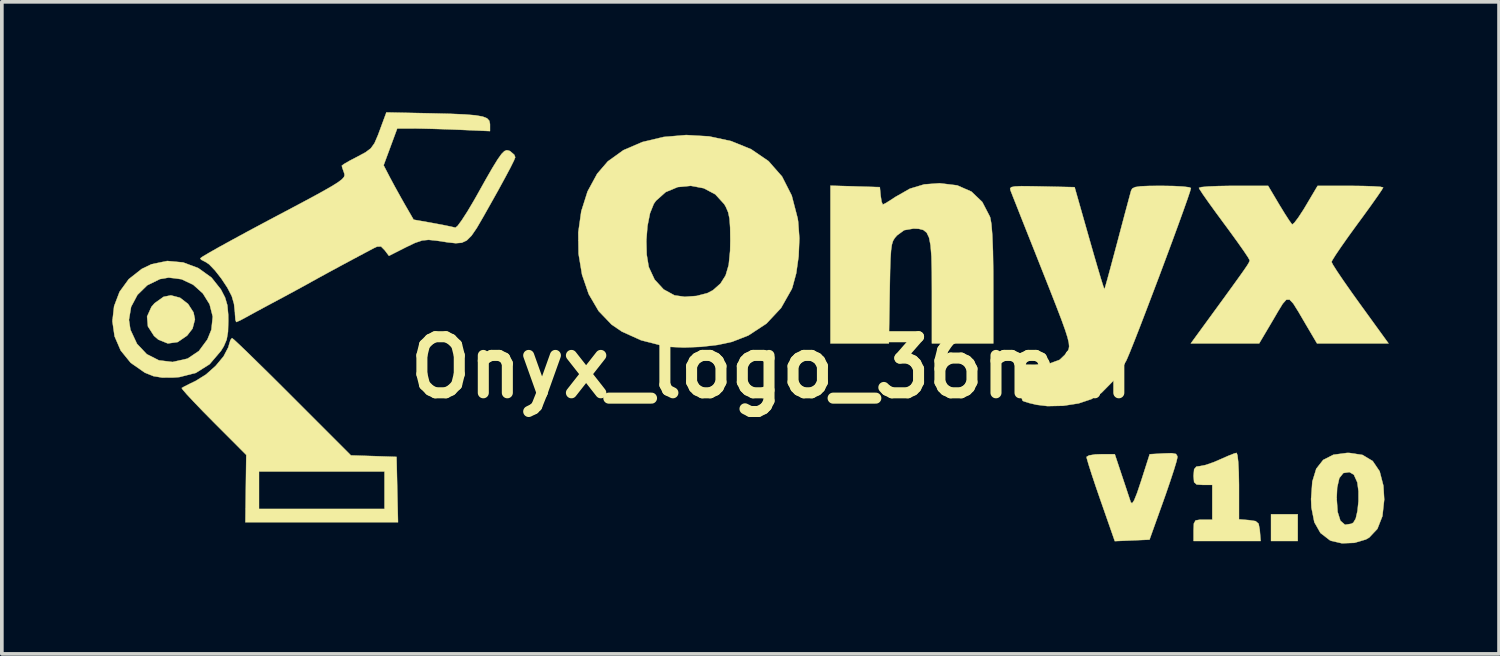
<source format=kicad_pcb>
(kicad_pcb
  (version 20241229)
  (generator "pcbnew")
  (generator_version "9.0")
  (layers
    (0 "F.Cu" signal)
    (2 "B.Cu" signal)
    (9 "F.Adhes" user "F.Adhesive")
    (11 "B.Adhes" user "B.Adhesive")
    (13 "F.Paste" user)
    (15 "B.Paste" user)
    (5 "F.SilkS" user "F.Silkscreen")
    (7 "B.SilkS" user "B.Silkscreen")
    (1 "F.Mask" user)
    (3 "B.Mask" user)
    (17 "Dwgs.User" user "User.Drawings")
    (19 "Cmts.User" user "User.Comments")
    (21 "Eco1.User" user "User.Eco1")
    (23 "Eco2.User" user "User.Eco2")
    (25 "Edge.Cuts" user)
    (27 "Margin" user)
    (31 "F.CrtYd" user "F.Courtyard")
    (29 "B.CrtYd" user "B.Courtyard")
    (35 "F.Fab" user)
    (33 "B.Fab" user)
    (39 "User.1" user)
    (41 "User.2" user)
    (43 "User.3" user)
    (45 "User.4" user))
  (footprint "Onyx_logo_36mm"
    (layer "F.Cu")
    (at 17.923 6.936)
    (property "Reference" "Onyx_logo_36mm" (at 0 0 0) (layer "F.SilkS") (effects (font (size 1.524 1.524) (thickness 0.3))))
    (attr through_hole)
    (fp_poly (pts (xy 14.297 4.717) (xy 13.571 4.717) (xy 13.571 3.991) (xy 14.297 3.991) (xy 14.297 4.717)) (stroke (width 0.01) (type solid)) (fill yes) (layer "F.SilkS"))
    (fp_poly (pts (xy -16.08 -1.894) (xy -15.862 -1.726) (xy -15.714 -1.496) (xy -15.675 -1.306) (xy -15.74 -1.056) (xy -15.888 -0.865) (xy -16.145 -0.689) (xy -16.412 -0.652) (xy -16.67 -0.756) (xy -16.787 -0.857) (xy -16.953 -1.115) (xy -16.976 -1.383) (xy -16.857 -1.647) (xy -16.77 -1.747) (xy -16.528 -1.919) (xy -16.329 -1.959) (xy -16.08 -1.894)) (stroke (width 0.01) (type solid)) (fill yes) (layer "F.SilkS"))
    (fp_poly (pts (xy 10.988 2.352) (xy 11.025 2.411) (xy 11.026 2.445) (xy 11.001 2.557) (xy 10.934 2.778) (xy 10.835 3.08) (xy 10.713 3.437) (xy 10.645 3.629) (xy 10.268 4.681) (xy 9.797 4.701) (xy 9.325 4.721) (xy 8.938 3.613) (xy 8.807 3.234) (xy 8.696 2.901) (xy 8.613 2.64) (xy 8.565 2.475) (xy 8.557 2.431) (xy 8.626 2.391) (xy 8.797 2.364) (xy 8.944 2.359) (xy 9.325 2.359) (xy 9.518 2.939) (xy 9.614 3.226) (xy 9.696 3.474) (xy 9.751 3.639) (xy 9.76 3.665) (xy 9.795 3.693) (xy 9.85 3.613) (xy 9.931 3.412) (xy 10.041 3.084) (xy 10.273 2.359) (xy 10.652 2.337) (xy 10.875 2.33) (xy 10.988 2.352)) (stroke (width 0.01) (type solid)) (fill yes) (layer "F.SilkS"))
    (fp_poly (pts (xy 12.659 2.39) (xy 12.68 2.576) (xy 12.694 2.851) (xy 12.7 3.189) (xy 12.7 3.225) (xy 12.7 4.128) (xy 12.972 4.15) (xy 13.152 4.177) (xy 13.233 4.247) (xy 13.264 4.408) (xy 13.267 4.445) (xy 13.289 4.717) (xy 11.466 4.717) (xy 11.466 4.427) (xy 11.474 4.241) (xy 11.521 4.158) (xy 11.645 4.137) (xy 11.72 4.137) (xy 11.974 4.137) (xy 11.974 3.193) (xy 11.72 3.193) (xy 11.55 3.182) (xy 11.48 3.119) (xy 11.466 2.958) (xy 11.466 2.939) (xy 11.481 2.766) (xy 11.543 2.695) (xy 11.63 2.684) (xy 11.784 2.654) (xy 12.009 2.577) (xy 12.181 2.503) (xy 12.401 2.406) (xy 12.568 2.34) (xy 12.635 2.322) (xy 12.659 2.39)) (stroke (width 0.01) (type solid)) (fill yes) (layer "F.SilkS"))
    (fp_poly (pts (xy -14.607 -0.749) (xy -14.457 -0.609) (xy -14.23 -0.391) (xy -13.939 -0.106) (xy -13.596 0.231) (xy -13.215 0.61) (xy -13.029 0.796) (xy -11.436 2.39) (xy -10.816 2.41) (xy -10.196 2.431) (xy -10.176 3.32) (xy -10.156 4.209) (xy -14.304 4.209) (xy -14.292 3.293) (xy -14.286 2.83) (xy -13.934 2.83) (xy -13.934 3.846) (xy -10.523 3.846) (xy -10.523 2.83) (xy -13.934 2.83) (xy -14.286 2.83) (xy -14.28 2.377) (xy -15.174 1.481) (xy -15.462 1.189) (xy -15.707 0.934) (xy -15.895 0.733) (xy -16.008 0.602) (xy -16.035 0.559) (xy -15.956 0.515) (xy -15.789 0.431) (xy -15.657 0.368) (xy -15.377 0.194) (xy -15.111 -0.043) (xy -14.896 -0.302) (xy -14.768 -0.547) (xy -14.754 -0.599) (xy -14.711 -0.743) (xy -14.668 -0.798) (xy -14.607 -0.749)) (stroke (width 0.01) (type solid)) (fill yes) (layer "F.SilkS"))
    (fp_poly (pts (xy 16.057 2.378) (xy 16.334 2.544) (xy 16.523 2.823) (xy 16.625 3.217) (xy 16.647 3.592) (xy 16.598 4.041) (xy 16.462 4.387) (xy 16.241 4.622) (xy 16.149 4.675) (xy 15.837 4.767) (xy 15.499 4.78) (xy 15.203 4.712) (xy 15.17 4.697) (xy 14.914 4.499) (xy 14.748 4.207) (xy 14.669 3.808) (xy 14.659 3.574) (xy 14.661 3.556) (xy 15.355 3.556) (xy 15.381 3.927) (xy 15.457 4.168) (xy 15.582 4.276) (xy 15.754 4.249) (xy 15.807 4.219) (xy 15.873 4.108) (xy 15.921 3.898) (xy 15.948 3.635) (xy 15.948 3.365) (xy 15.918 3.133) (xy 15.915 3.121) (xy 15.822 2.915) (xy 15.701 2.845) (xy 15.536 2.87) (xy 15.427 3.007) (xy 15.368 3.266) (xy 15.355 3.556) (xy 14.661 3.556) (xy 14.693 3.104) (xy 14.8 2.754) (xy 14.988 2.514) (xy 15.266 2.373) (xy 15.641 2.323) (xy 15.691 2.323) (xy 16.057 2.378)) (stroke (width 0.01) (type solid)) (fill yes) (layer "F.SilkS"))
    (fp_poly (pts (xy 5.043 -4.948) (xy 5.428 -4.779) (xy 5.723 -4.497) (xy 5.929 -4.101) (xy 5.94 -4.071) (xy 5.971 -3.899) (xy 5.996 -3.592) (xy 6.013 -3.162) (xy 6.022 -2.619) (xy 6.023 -2.239) (xy 6.023 -0.653) (xy 4.354 -0.653) (xy 4.354 -2.052) (xy 4.352 -2.596) (xy 4.342 -3.012) (xy 4.318 -3.317) (xy 4.277 -3.528) (xy 4.213 -3.662) (xy 4.121 -3.736) (xy 3.997 -3.768) (xy 3.855 -3.774) (xy 3.6 -3.73) (xy 3.405 -3.587) (xy 3.344 -3.516) (xy 3.298 -3.44) (xy 3.266 -3.336) (xy 3.244 -3.181) (xy 3.229 -2.955) (xy 3.218 -2.635) (xy 3.21 -2.199) (xy 3.207 -2.026) (xy 3.184 -0.653) (xy 1.597 -0.653) (xy 1.597 -4.94) (xy 2.939 -4.899) (xy 2.962 -4.663) (xy 2.987 -4.502) (xy 3.019 -4.428) (xy 3.021 -4.427) (xy 3.097 -4.464) (xy 3.251 -4.56) (xy 3.361 -4.633) (xy 3.756 -4.858) (xy 4.146 -4.975) (xy 4.565 -5.006) (xy 5.043 -4.948)) (stroke (width 0.01) (type solid)) (fill yes) (layer "F.SilkS"))
    (fp_poly (pts (xy -15.997 -2.854) (xy -15.584 -2.7) (xy -15.225 -2.442) (xy -14.97 -2.121) (xy -14.856 -1.9) (xy -14.794 -1.69) (xy -14.77 -1.429) (xy -14.768 -1.265) (xy -14.777 -0.967) (xy -14.813 -0.756) (xy -14.89 -0.576) (xy -14.968 -0.449) (xy -15.277 -0.087) (xy -15.648 0.147) (xy -16.096 0.262) (xy -16.248 0.274) (xy -16.564 0.276) (xy -16.802 0.237) (xy -17.028 0.146) (xy -17.038 0.141) (xy -17.42 -0.125) (xy -17.693 -0.461) (xy -17.859 -0.845) (xy -17.918 -1.254) (xy -17.914 -1.293) (xy -17.469 -1.293) (xy -17.429 -1.026) (xy -17.25 -0.642) (xy -16.985 -0.361) (xy -16.655 -0.193) (xy -16.282 -0.148) (xy -15.887 -0.237) (xy -15.867 -0.245) (xy -15.567 -0.447) (xy -15.336 -0.76) (xy -15.228 -1.026) (xy -15.191 -1.38) (xy -15.276 -1.716) (xy -15.46 -2.012) (xy -15.722 -2.247) (xy -16.039 -2.397) (xy -16.388 -2.442) (xy -16.627 -2.401) (xy -16.972 -2.232) (xy -17.238 -1.971) (xy -17.41 -1.647) (xy -17.469 -1.293) (xy -17.914 -1.293) (xy -17.872 -1.665) (xy -17.724 -2.055) (xy -17.473 -2.4) (xy -17.121 -2.677) (xy -16.858 -2.804) (xy -16.432 -2.893) (xy -15.997 -2.854)) (stroke (width 0.01) (type solid)) (fill yes) (layer "F.SilkS"))
    (fp_poly (pts (xy 13.794 -4.426) (xy 13.941 -4.186) (xy 14.062 -3.998) (xy 14.137 -3.895) (xy 14.147 -3.885) (xy 14.203 -3.929) (xy 14.312 -4.073) (xy 14.453 -4.289) (xy 14.517 -4.395) (xy 14.837 -4.935) (xy 15.728 -4.935) (xy 16.068 -4.931) (xy 16.349 -4.922) (xy 16.541 -4.909) (xy 16.618 -4.892) (xy 16.619 -4.891) (xy 16.578 -4.82) (xy 16.465 -4.654) (xy 16.294 -4.412) (xy 16.079 -4.115) (xy 15.917 -3.895) (xy 15.681 -3.57) (xy 15.479 -3.283) (xy 15.325 -3.056) (xy 15.234 -2.909) (xy 15.216 -2.866) (xy 15.257 -2.785) (xy 15.37 -2.607) (xy 15.542 -2.353) (xy 15.76 -2.042) (xy 15.99 -1.721) (xy 16.764 -0.653) (xy 14.821 -0.653) (xy 14.511 -1.179) (xy 14.314 -1.516) (xy 14.176 -1.736) (xy 14.075 -1.843) (xy 13.986 -1.84) (xy 13.888 -1.73) (xy 13.758 -1.517) (xy 13.637 -1.309) (xy 13.249 -0.653) (xy 11.391 -0.653) (xy 11.96 -1.433) (xy 12.284 -1.877) (xy 12.532 -2.219) (xy 12.714 -2.472) (xy 12.841 -2.651) (xy 12.922 -2.77) (xy 12.967 -2.845) (xy 12.986 -2.888) (xy 12.99 -2.913) (xy 12.949 -2.989) (xy 12.835 -3.16) (xy 12.663 -3.404) (xy 12.448 -3.701) (xy 12.301 -3.9) (xy 12.067 -4.218) (xy 11.866 -4.496) (xy 11.715 -4.712) (xy 11.627 -4.847) (xy 11.611 -4.88) (xy 11.679 -4.901) (xy 11.866 -4.918) (xy 12.143 -4.929) (xy 12.485 -4.935) (xy 12.552 -4.935) (xy 13.492 -4.935) (xy 13.794 -4.426)) (stroke (width 0.01) (type solid)) (fill yes) (layer "F.SilkS"))
    (fp_poly (pts (xy -1.702 -6.28) (xy -1.105 -6.152) (xy -0.56 -5.931) (xy -0.086 -5.607) (xy 0.282 -5.188) (xy 0.545 -4.67) (xy 0.706 -4.051) (xy 0.72 -3.957) (xy 0.752 -3.508) (xy 0.732 -3.023) (xy 0.667 -2.56) (xy 0.562 -2.173) (xy 0.543 -2.125) (xy 0.254 -1.615) (xy -0.143 -1.191) (xy -0.634 -0.869) (xy -1.081 -0.695) (xy -1.469 -0.612) (xy -1.923 -0.56) (xy -2.383 -0.541) (xy -2.788 -0.56) (xy -2.92 -0.578) (xy -3.551 -0.739) (xy -4.071 -0.974) (xy -4.35 -1.164) (xy -4.704 -1.533) (xy -4.973 -1.993) (xy -5.154 -2.52) (xy -5.249 -3.088) (xy -5.254 -3.453) (xy -3.407 -3.453) (xy -3.397 -3.067) (xy -3.342 -2.734) (xy -3.34 -2.727) (xy -3.183 -2.389) (xy -2.936 -2.12) (xy -2.641 -1.959) (xy -2.363 -1.92) (xy -2.043 -1.943) (xy -1.749 -2.019) (xy -1.597 -2.098) (xy -1.391 -2.281) (xy -1.252 -2.501) (xy -1.168 -2.787) (xy -1.13 -3.169) (xy -1.125 -3.447) (xy -1.129 -3.797) (xy -1.146 -4.041) (xy -1.183 -4.216) (xy -1.245 -4.361) (xy -1.289 -4.437) (xy -1.533 -4.704) (xy -1.846 -4.87) (xy -2.198 -4.936) (xy -2.553 -4.902) (xy -2.88 -4.766) (xy -3.145 -4.53) (xy -3.205 -4.445) (xy -3.307 -4.191) (xy -3.376 -3.844) (xy -3.407 -3.453) (xy -5.254 -3.453) (xy -5.256 -3.672) (xy -5.175 -4.245) (xy -5.004 -4.784) (xy -4.744 -5.262) (xy -4.453 -5.601) (xy -4.031 -5.904) (xy -3.515 -6.126) (xy -2.936 -6.264) (xy -2.322 -6.316) (xy -1.702 -6.28)) (stroke (width 0.01) (type solid)) (fill yes) (layer "F.SilkS"))
    (fp_poly (pts (xy 10.92 -4.93) (xy 11.178 -4.916) (xy 11.345 -4.896) (xy 11.394 -4.875) (xy 11.369 -4.782) (xy 11.299 -4.573) (xy 11.191 -4.268) (xy 11.053 -3.886) (xy 10.892 -3.447) (xy 10.715 -2.97) (xy 10.53 -2.475) (xy 10.343 -1.982) (xy 10.163 -1.509) (xy 9.997 -1.077) (xy 9.851 -0.704) (xy 9.734 -0.412) (xy 9.652 -0.218) (xy 9.627 -0.166) (xy 9.317 0.332) (xy 8.962 0.692) (xy 8.687 0.862) (xy 8.342 0.977) (xy 7.923 1.042) (xy 7.496 1.051) (xy 7.202 1.015) (xy 6.994 0.966) (xy 6.847 0.919) (xy 6.821 0.906) (xy 6.784 0.816) (xy 6.758 0.624) (xy 6.749 0.395) (xy 6.749 -0.073) (xy 7.166 -0.074) (xy 7.551 -0.106) (xy 7.826 -0.207) (xy 8.013 -0.387) (xy 8.046 -0.441) (xy 8.073 -0.501) (xy 8.084 -0.573) (xy 8.075 -0.672) (xy 8.041 -0.814) (xy 7.977 -1.016) (xy 7.878 -1.291) (xy 7.738 -1.656) (xy 7.554 -2.126) (xy 7.345 -2.654) (xy 7.141 -3.169) (xy 6.952 -3.644) (xy 6.786 -4.062) (xy 6.651 -4.405) (xy 6.552 -4.654) (xy 6.498 -4.792) (xy 6.491 -4.81) (xy 6.48 -4.864) (xy 6.511 -4.899) (xy 6.606 -4.919) (xy 6.786 -4.927) (xy 7.075 -4.924) (xy 7.337 -4.919) (xy 8.233 -4.899) (xy 8.63 -3.503) (xy 8.751 -3.08) (xy 8.859 -2.71) (xy 8.947 -2.414) (xy 9.01 -2.213) (xy 9.041 -2.126) (xy 9.043 -2.124) (xy 9.066 -2.196) (xy 9.12 -2.386) (xy 9.198 -2.672) (xy 9.294 -3.03) (xy 9.396 -3.411) (xy 9.506 -3.827) (xy 9.605 -4.2) (xy 9.687 -4.505) (xy 9.744 -4.717) (xy 9.769 -4.808) (xy 9.802 -4.864) (xy 9.879 -4.901) (xy 10.026 -4.923) (xy 10.268 -4.933) (xy 10.6 -4.935) (xy 10.92 -4.93)) (stroke (width 0.01) (type solid)) (fill yes) (layer "F.SilkS"))
    (fp_poly (pts (xy -9.262 -6.906) (xy -8.736 -6.893) (xy -8.338 -6.876) (xy -8.05 -6.852) (xy -7.856 -6.818) (xy -7.737 -6.771) (xy -7.676 -6.706) (xy -7.657 -6.621) (xy -7.656 -6.599) (xy -7.656 -6.423) (xy -8.455 -6.458) (xy -8.841 -6.473) (xy -9.229 -6.485) (xy -9.564 -6.493) (xy -9.715 -6.494) (xy -10.177 -6.495) (xy -10.362 -5.994) (xy -10.547 -5.494) (xy -10.374 -5.16) (xy -10.237 -4.905) (xy -10.071 -4.606) (xy -9.966 -4.421) (xy -9.732 -4.016) (xy -9.202 -3.922) (xy -8.934 -3.872) (xy -8.72 -3.828) (xy -8.601 -3.8) (xy -8.596 -3.798) (xy -8.535 -3.848) (xy -8.421 -4.003) (xy -8.267 -4.242) (xy -8.088 -4.544) (xy -8.022 -4.66) (xy -7.776 -5.1) (xy -7.588 -5.426) (xy -7.447 -5.655) (xy -7.343 -5.801) (xy -7.264 -5.879) (xy -7.199 -5.904) (xy -7.136 -5.89) (xy -7.107 -5.876) (xy -6.996 -5.78) (xy -6.97 -5.712) (xy -7.005 -5.623) (xy -7.101 -5.43) (xy -7.247 -5.156) (xy -7.429 -4.822) (xy -7.61 -4.499) (xy -7.841 -4.089) (xy -8.017 -3.787) (xy -8.159 -3.58) (xy -8.287 -3.452) (xy -8.423 -3.389) (xy -8.587 -3.376) (xy -8.801 -3.399) (xy -9.085 -3.442) (xy -9.111 -3.446) (xy -9.324 -3.468) (xy -9.5 -3.451) (xy -9.694 -3.385) (xy -9.94 -3.267) (xy -10.402 -3.033) (xy -10.517 -3.185) (xy -10.617 -3.287) (xy -10.725 -3.283) (xy -10.813 -3.242) (xy -11.074 -3.104) (xy -11.387 -2.937) (xy -11.719 -2.759) (xy -12.035 -2.588) (xy -12.302 -2.442) (xy -12.485 -2.341) (xy -12.519 -2.322) (xy -12.677 -2.234) (xy -12.923 -2.1) (xy -13.217 -1.941) (xy -13.389 -1.849) (xy -13.696 -1.685) (xy -13.98 -1.532) (xy -14.201 -1.411) (xy -14.281 -1.367) (xy -14.443 -1.28) (xy -14.544 -1.236) (xy -14.553 -1.234) (xy -14.575 -1.298) (xy -14.587 -1.454) (xy -14.587 -1.484) (xy -14.613 -1.726) (xy -14.674 -1.938) (xy -14.793 -2.167) (xy -14.955 -2.412) (xy -15.13 -2.636) (xy -15.289 -2.802) (xy -15.389 -2.868) (xy -15.504 -2.926) (xy -15.53 -2.965) (xy -15.469 -3.01) (xy -15.294 -3.114) (xy -15.021 -3.269) (xy -14.666 -3.464) (xy -14.245 -3.693) (xy -13.773 -3.945) (xy -13.544 -4.067) (xy -12.986 -4.362) (xy -12.545 -4.597) (xy -12.207 -4.782) (xy -11.958 -4.924) (xy -11.787 -5.031) (xy -11.68 -5.112) (xy -11.625 -5.174) (xy -11.608 -5.225) (xy -11.617 -5.275) (xy -11.62 -5.284) (xy -11.669 -5.424) (xy -11.684 -5.483) (xy -11.625 -5.528) (xy -11.469 -5.618) (xy -11.26 -5.727) (xy -11.037 -5.847) (xy -10.894 -5.955) (xy -10.794 -6.096) (xy -10.701 -6.312) (xy -10.655 -6.436) (xy -10.472 -6.931) (xy -9.262 -6.906)) (stroke (width 0.01) (type solid)) (fill yes) (layer "F.SilkS")))
  (gr_rect
    (start -3 -3)
    (end 37.691 14.721)
    (stroke (width 0.1) (type default))
    (fill no)
    (layer "Edge.Cuts")))
</source>
